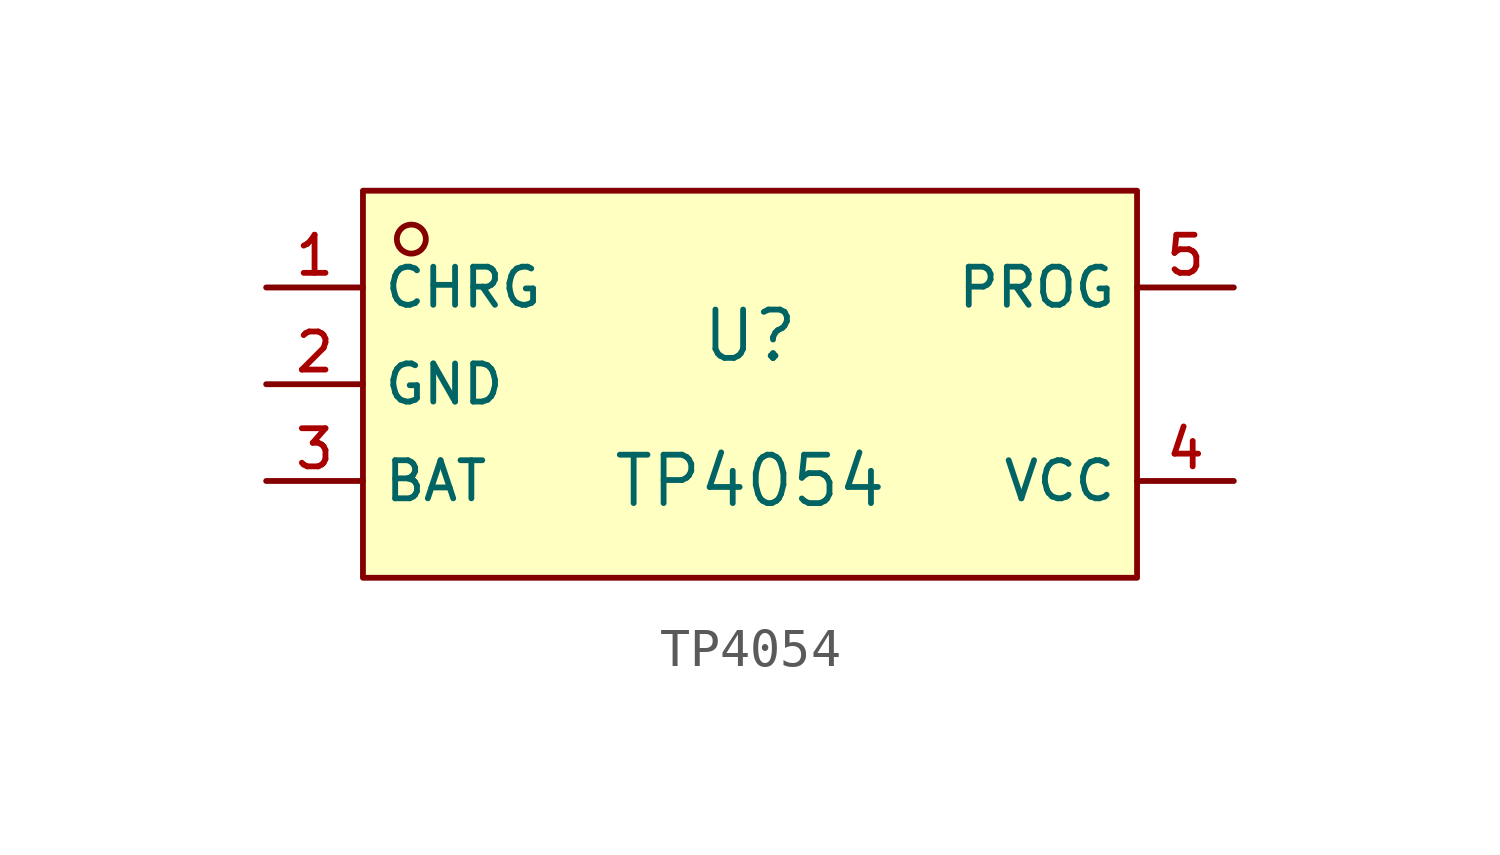
<source format=kicad_sym>
(kicad_symbol_lib
  (version 20210201)
  (generator TousstNicolas/JLC2KiCad_lib)
  (symbol "TP4054"
    (property "Reference" "U"
      (at 0 1.27 0)
      (effects (font (size 1.27 1.27))))
    (property "Value" "TP4054"
      (at 0 -2.54 0)
      (effects (font (size 1.27 1.27))))
    (symbol "TP4054_0_1"
      (pin unspecified line (at 12.7 2.54 180) (length 2.54) (name "PROG" (effects (font (size 1 1)))) (number "5" (effects (font (size 1 1)))))
      (pin unspecified line (at 12.7 -2.54 180) (length 2.54) (name "VCC" (effects (font (size 1 1)))) (number "4" (effects (font (size 1 1)))))
      (pin unspecified line (at -12.7 -2.54 0) (length 2.54) (name "BAT" (effects (font (size 1 1)))) (number "3" (effects (font (size 1 1)))))
      (pin unspecified line (at -12.7 -0.0 0) (length 2.54) (name "GND" (effects (font (size 1 1)))) (number "2" (effects (font (size 1 1)))))
      (pin unspecified line (at -12.7 2.54 0) (length 2.54) (name "CHRG" (effects (font (size 1 1)))) (number "1" (effects (font (size 1 1)))))
      (circle (center -8.89 3.81) (radius 0.381) (stroke (width 0) (type default) (color 0 0 0 0)) (fill (type background)))
      (rectangle (start -10.16 5.08) (end 10.16 -5.08) (stroke (width 0) (type default) (color 0 0 0 0)) (fill (type background))))))
</source>
